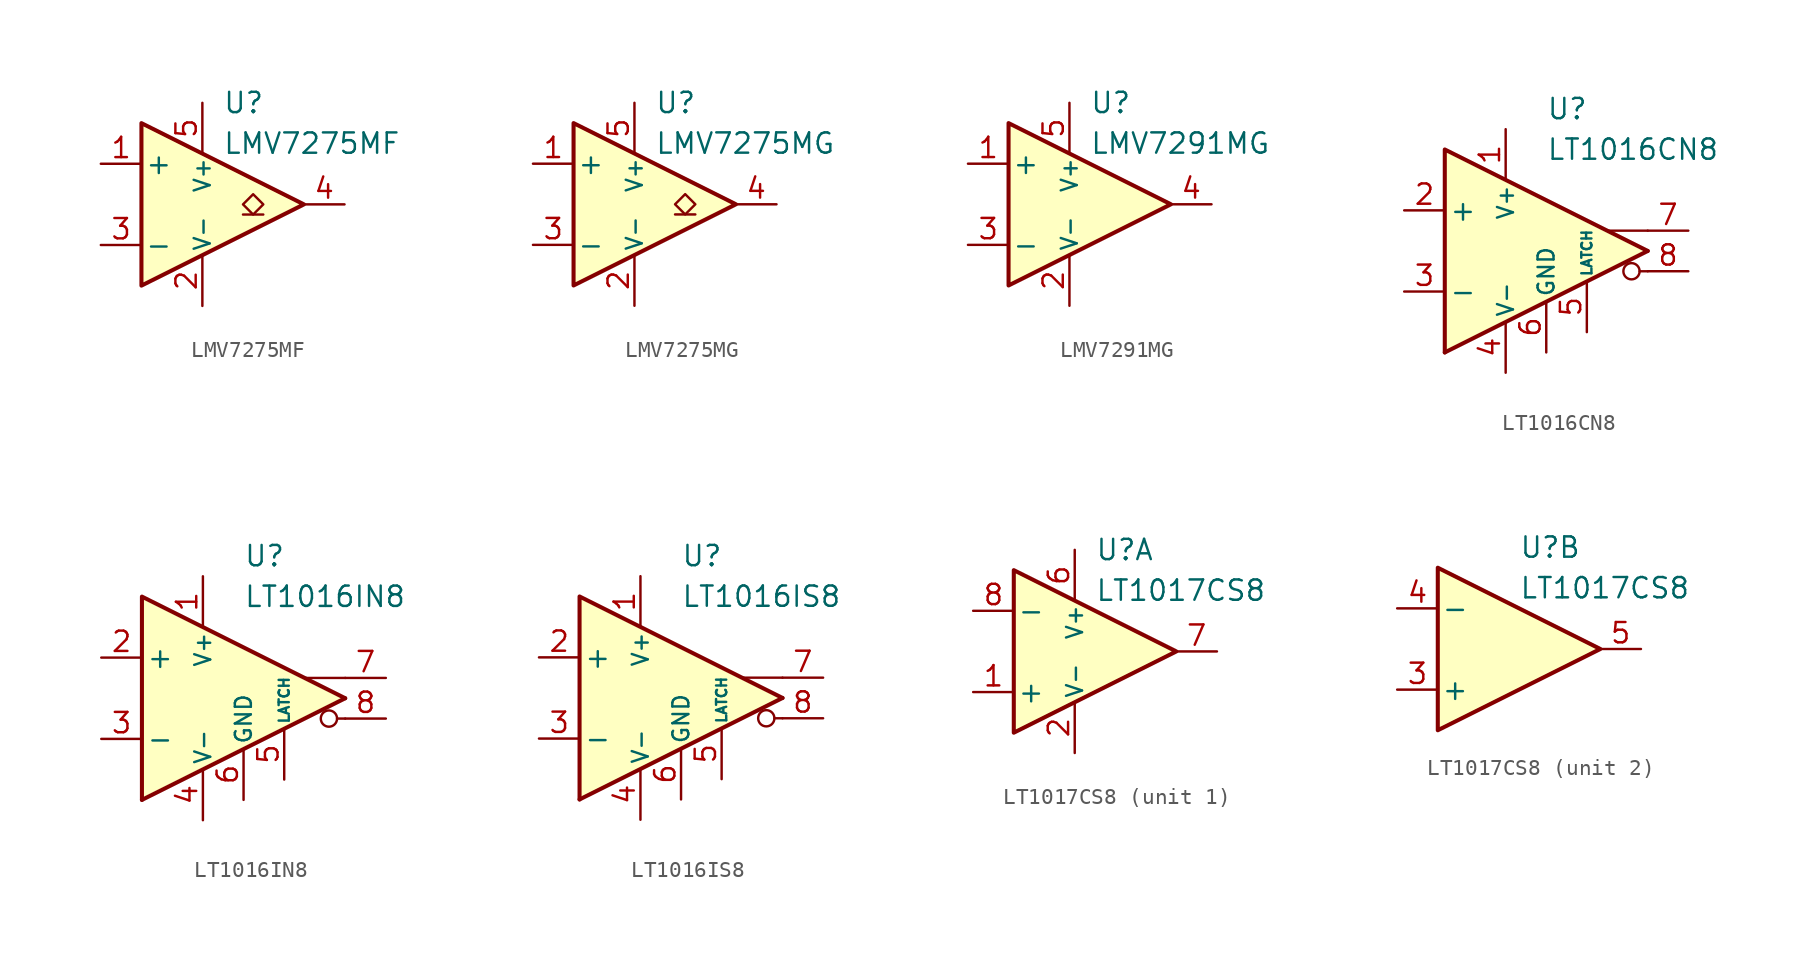
<source format=kicad_sym>
(kicad_symbol_lib
  (version 20231120)
  (generator "kicad_symbol_editor")
  (generator_version "8.0")
  (symbol "LMV7275MF"
    (pin_names
      (offset 0.2))
    (property "Reference" "U"
      (at 1.27 6.35 0)
      (effects (font (size 1.27 1.27)) (justify left)))
    (property "Value" "LMV7275MF"
      (at 1.27 3.81 0)
      (effects (font (size 1.27 1.27)) (justify left)))
    (symbol "LMV7275MF_0_1"
      (polyline (pts (xy -3.81 5.08) (xy -3.81 -5.08) (xy 6.35 0) (xy -3.81 5.08)) (stroke (width 0.254) (type default)) (fill (type background))))
    (symbol "LMV7275MF_1_1"
      (polyline (pts (xy 3.81 -0.635) (xy 2.54 -0.635)) (stroke (width 0.152) (type default)) (fill (type none)))
      (polyline (pts (xy 3.175 -0.635) (xy 2.54 0) (xy 3.175 0.635) (xy 3.81 0) (xy 3.175 -0.635)) (stroke (width 0.152) (type default)) (fill (type none)))
      (pin input line (at -6.35 2.54 0) (length 2.54) (name "+" (effects (font (size 1.27 1.27)))) (number "1" (effects (font (size 1.27 1.27)))))
      (pin power_in line (at 0 -6.35 90) (length 3.18) (name "V-" (effects (font (size 1 1)))) (number "2" (effects (font (size 1.27 1.27)))))
      (pin input line (at -6.35 -2.54 0) (length 2.54) (name "-" (effects (font (size 1.27 1.27)))) (number "3" (effects (font (size 1.27 1.27)))))
      (pin open_collector line (at 8.89 0 180) (length 2.54) (name "~" (effects (font (size 1.27 1.27)))) (number "4" (effects (font (size 1.27 1.27)))))
      (pin power_in line (at 0 6.35 270) (length 3.18) (name "V+" (effects (font (size 1 1)))) (number "5" (effects (font (size 1.27 1.27)))))))
  (symbol "LMV7275MG"
    (pin_names
      (offset 0.2))
    (property "Reference" "U"
      (at 1.27 6.35 0)
      (effects (font (size 1.27 1.27)) (justify left)))
    (property "Value" "LMV7275MG"
      (at 1.27 3.81 0)
      (effects (font (size 1.27 1.27)) (justify left)))
    (symbol "LMV7275MG_0_1"
      (polyline (pts (xy -3.81 5.08) (xy -3.81 -5.08) (xy 6.35 0) (xy -3.81 5.08)) (stroke (width 0.254) (type default)) (fill (type background))))
    (symbol "LMV7275MG_1_1"
      (polyline (pts (xy 3.81 -0.635) (xy 2.54 -0.635)) (stroke (width 0.152) (type default)) (fill (type none)))
      (polyline (pts (xy 3.175 -0.635) (xy 2.54 0) (xy 3.175 0.635) (xy 3.81 0) (xy 3.175 -0.635)) (stroke (width 0.152) (type default)) (fill (type none)))
      (pin input line (at -6.35 2.54 0) (length 2.54) (name "+" (effects (font (size 1.27 1.27)))) (number "1" (effects (font (size 1.27 1.27)))))
      (pin power_in line (at 0 -6.35 90) (length 3.18) (name "V-" (effects (font (size 1 1)))) (number "2" (effects (font (size 1.27 1.27)))))
      (pin input line (at -6.35 -2.54 0) (length 2.54) (name "-" (effects (font (size 1.27 1.27)))) (number "3" (effects (font (size 1.27 1.27)))))
      (pin open_collector line (at 8.89 0 180) (length 2.54) (name "~" (effects (font (size 1.27 1.27)))) (number "4" (effects (font (size 1.27 1.27)))))
      (pin power_in line (at 0 6.35 270) (length 3.18) (name "V+" (effects (font (size 1 1)))) (number "5" (effects (font (size 1.27 1.27)))))))
  (symbol "LMV7291MG"
    (pin_names
      (offset 0.2))
    (property "Reference" "U"
      (at 1.27 6.35 0)
      (effects (font (size 1.27 1.27)) (justify left)))
    (property "Value" "LMV7291MG"
      (at 1.27 3.81 0)
      (effects (font (size 1.27 1.27)) (justify left)))
    (symbol "LMV7291MG_0_1"
      (polyline (pts (xy -3.81 5.08) (xy -3.81 -5.08) (xy 6.35 0) (xy -3.81 5.08)) (stroke (width 0.254) (type default)) (fill (type background))))
    (symbol "LMV7291MG_1_1"
      (pin input line (at -6.35 2.54 0) (length 2.54) (name "+" (effects (font (size 1.27 1.27)))) (number "1" (effects (font (size 1.27 1.27)))))
      (pin power_in line (at 0 -6.35 90) (length 3.18) (name "V-" (effects (font (size 1 1)))) (number "2" (effects (font (size 1.27 1.27)))))
      (pin input line (at -6.35 -2.54 0) (length 2.54) (name "-" (effects (font (size 1.27 1.27)))) (number "3" (effects (font (size 1.27 1.27)))))
      (pin output line (at 8.89 0 180) (length 2.54) (name "~" (effects (font (size 1.27 1.27)))) (number "4" (effects (font (size 1.27 1.27)))))
      (pin power_in line (at 0 6.35 270) (length 3.18) (name "V+" (effects (font (size 1 1)))) (number "5" (effects (font (size 1.27 1.27)))))))
  (symbol "LT1016CN8"
    (pin_names
      (offset 0.254))
    (property "Reference" "U"
      (at 0 8.89 0)
      (effects (font (size 1.27 1.27)) (justify left)))
    (property "Value" "LT1016CN8"
      (at 0 6.35 0)
      (effects (font (size 1.27 1.27)) (justify left)))
    (symbol "LT1016CN8_0_0"
      (polyline (pts (xy 6.35 -1.27) (xy 5.842 -1.27)) (stroke (width 0.152) (type default)) (fill (type none)))
      (polyline (pts (xy 6.35 0) (xy -6.35 -6.35)) (stroke (width 0.254) (type default)) (fill (type none)))
      (polyline (pts (xy 6.35 1.27) (xy 3.81 1.27)) (stroke (width 0.152) (type default)) (fill (type none)))
      (polyline (pts (xy 6.35 0) (xy -6.35 6.35) (xy -6.35 -6.35)) (stroke (width 0.254) (type default)) (fill (type background)))
      (circle (center 5.334 -1.27) (radius 0.508) (stroke (width 0.152) (type default)) (fill (type none))))
    (symbol "LT1016CN8_1_1"
      (pin power_in line (at -2.54 7.62 270) (length 3.18) (name "V+" (effects (font (size 1 1)))) (number "1" (effects (font (size 1.27 1.27)))))
      (pin input line (at -8.89 2.54 0) (length 2.54) (name "+" (effects (font (size 1.27 1.27)))) (number "2" (effects (font (size 1.27 1.27)))))
      (pin input line (at -8.89 -2.54 0) (length 2.54) (name "-" (effects (font (size 1.27 1.27)))) (number "3" (effects (font (size 1.27 1.27)))))
      (pin power_in line (at -2.54 -7.62 90) (length 3.18) (name "V-" (effects (font (size 1 1)))) (number "4" (effects (font (size 1.27 1.27)))))
      (pin input line (at 2.54 -5.08 90) (length 3.18) (name "LATCH" (effects (font (size 0.635 0.635)))) (number "5" (effects (font (size 1.27 1.27)))))
      (pin power_in line (at 0 -6.35 90) (length 3.18) (name "GND" (effects (font (size 1 1)))) (number "6" (effects (font (size 1.27 1.27)))))
      (pin output line (at 8.89 1.27 180) (length 2.54) (name "~" (effects (font (size 1.27 1.27)))) (number "7" (effects (font (size 1.27 1.27)))))
      (pin output line (at 8.89 -1.27 180) (length 2.54) (name "~" (effects (font (size 1.27 1.27)))) (number "8" (effects (font (size 1.27 1.27)))))))
  (symbol "LT1016IN8"
    (pin_names
      (offset 0.254))
    (property "Reference" "U"
      (at 0 8.89 0)
      (effects (font (size 1.27 1.27)) (justify left)))
    (property "Value" "LT1016IN8"
      (at 0 6.35 0)
      (effects (font (size 1.27 1.27)) (justify left)))
    (symbol "LT1016IN8_0_0"
      (polyline (pts (xy 6.35 -1.27) (xy 5.842 -1.27)) (stroke (width 0.152) (type default)) (fill (type none)))
      (polyline (pts (xy 6.35 0) (xy -6.35 -6.35)) (stroke (width 0.254) (type default)) (fill (type none)))
      (polyline (pts (xy 6.35 1.27) (xy 3.81 1.27)) (stroke (width 0.152) (type default)) (fill (type none)))
      (polyline (pts (xy 6.35 0) (xy -6.35 6.35) (xy -6.35 -6.35)) (stroke (width 0.254) (type default)) (fill (type background)))
      (circle (center 5.334 -1.27) (radius 0.508) (stroke (width 0.152) (type default)) (fill (type none))))
    (symbol "LT1016IN8_1_1"
      (pin power_in line (at -2.54 7.62 270) (length 3.18) (name "V+" (effects (font (size 1 1)))) (number "1" (effects (font (size 1.27 1.27)))))
      (pin input line (at -8.89 2.54 0) (length 2.54) (name "+" (effects (font (size 1.27 1.27)))) (number "2" (effects (font (size 1.27 1.27)))))
      (pin input line (at -8.89 -2.54 0) (length 2.54) (name "-" (effects (font (size 1.27 1.27)))) (number "3" (effects (font (size 1.27 1.27)))))
      (pin power_in line (at -2.54 -7.62 90) (length 3.18) (name "V-" (effects (font (size 1 1)))) (number "4" (effects (font (size 1.27 1.27)))))
      (pin input line (at 2.54 -5.08 90) (length 3.18) (name "LATCH" (effects (font (size 0.635 0.635)))) (number "5" (effects (font (size 1.27 1.27)))))
      (pin power_in line (at 0 -6.35 90) (length 3.18) (name "GND" (effects (font (size 1 1)))) (number "6" (effects (font (size 1.27 1.27)))))
      (pin output line (at 8.89 1.27 180) (length 2.54) (name "~" (effects (font (size 1.27 1.27)))) (number "7" (effects (font (size 1.27 1.27)))))
      (pin output line (at 8.89 -1.27 180) (length 2.54) (name "~" (effects (font (size 1.27 1.27)))) (number "8" (effects (font (size 1.27 1.27)))))))
  (symbol "LT1016IS8"
    (pin_names
      (offset 0.254))
    (property "Reference" "U"
      (at 0 8.89 0)
      (effects (font (size 1.27 1.27)) (justify left)))
    (property "Value" "LT1016IS8"
      (at 0 6.35 0)
      (effects (font (size 1.27 1.27)) (justify left)))
    (symbol "LT1016IS8_0_0"
      (polyline (pts (xy 6.35 -1.27) (xy 5.842 -1.27)) (stroke (width 0.152) (type default)) (fill (type none)))
      (polyline (pts (xy 6.35 0) (xy -6.35 -6.35)) (stroke (width 0.254) (type default)) (fill (type none)))
      (polyline (pts (xy 6.35 1.27) (xy 3.81 1.27)) (stroke (width 0.152) (type default)) (fill (type none)))
      (polyline (pts (xy 6.35 0) (xy -6.35 6.35) (xy -6.35 -6.35)) (stroke (width 0.254) (type default)) (fill (type background)))
      (circle (center 5.334 -1.27) (radius 0.508) (stroke (width 0.152) (type default)) (fill (type none))))
    (symbol "LT1016IS8_1_1"
      (pin power_in line (at -2.54 7.62 270) (length 3.18) (name "V+" (effects (font (size 1 1)))) (number "1" (effects (font (size 1.27 1.27)))))
      (pin input line (at -8.89 2.54 0) (length 2.54) (name "+" (effects (font (size 1.27 1.27)))) (number "2" (effects (font (size 1.27 1.27)))))
      (pin input line (at -8.89 -2.54 0) (length 2.54) (name "-" (effects (font (size 1.27 1.27)))) (number "3" (effects (font (size 1.27 1.27)))))
      (pin power_in line (at -2.54 -7.62 90) (length 3.18) (name "V-" (effects (font (size 1 1)))) (number "4" (effects (font (size 1.27 1.27)))))
      (pin input line (at 2.54 -5.08 90) (length 3.18) (name "LATCH" (effects (font (size 0.635 0.635)))) (number "5" (effects (font (size 1.27 1.27)))))
      (pin power_in line (at 0 -6.35 90) (length 3.18) (name "GND" (effects (font (size 1 1)))) (number "6" (effects (font (size 1.27 1.27)))))
      (pin output line (at 8.89 1.27 180) (length 2.54) (name "~" (effects (font (size 1.27 1.27)))) (number "7" (effects (font (size 1.27 1.27)))))
      (pin output line (at 8.89 -1.27 180) (length 2.54) (name "~" (effects (font (size 1.27 1.27)))) (number "8" (effects (font (size 1.27 1.27)))))))
  (symbol "LT1017CS8"
    (pin_names
      (offset 0.2))
    (property "Reference" "U"
      (at 1.27 6.35 0)
      (effects (font (size 1.27 1.27)) (justify left)))
    (property "Value" "LT1017CS8"
      (at 1.27 3.81 0)
      (effects (font (size 1.27 1.27)) (justify left)))
    (property "ki_locked" ""
      (at 0 0 0)
      (effects (font (size 1.27 1.27))))
    (symbol "LT1017CS8_0_1"
      (polyline (pts (xy -3.81 5.08) (xy -3.81 -5.08) (xy 6.35 0) (xy -3.81 5.08)) (stroke (width 0.254) (type default)) (fill (type background))))
    (symbol "LT1017CS8_1_1"
      (pin input line (at -6.35 -2.54 0) (length 2.54) (name "+" (effects (font (size 1.27 1.27)))) (number "1" (effects (font (size 1.27 1.27)))))
      (pin power_in line (at 0 -6.35 90) (length 3.18) (name "V-" (effects (font (size 1 1)))) (number "2" (effects (font (size 1.27 1.27)))))
      (pin power_in line (at 0 6.35 270) (length 3.18) (name "V+" (effects (font (size 1 1)))) (number "6" (effects (font (size 1.27 1.27)))))
      (pin output line (at 8.89 0 180) (length 2.54) (name "~" (effects (font (size 1.27 1.27)))) (number "7" (effects (font (size 1.27 1.27)))))
      (pin input line (at -6.35 2.54 0) (length 2.54) (name "-" (effects (font (size 1.27 1.27)))) (number "8" (effects (font (size 1.27 1.27))))))
    (symbol "LT1017CS8_2_1"
      (pin input line (at -6.35 -2.54 0) (length 2.54) (name "+" (effects (font (size 1.27 1.27)))) (number "3" (effects (font (size 1.27 1.27)))))
      (pin input line (at -6.35 2.54 0) (length 2.54) (name "-" (effects (font (size 1.27 1.27)))) (number "4" (effects (font (size 1.27 1.27)))))
      (pin output line (at 8.89 0 180) (length 2.54) (name "~" (effects (font (size 1.27 1.27)))) (number "5" (effects (font (size 1.27 1.27))))))))
</source>
